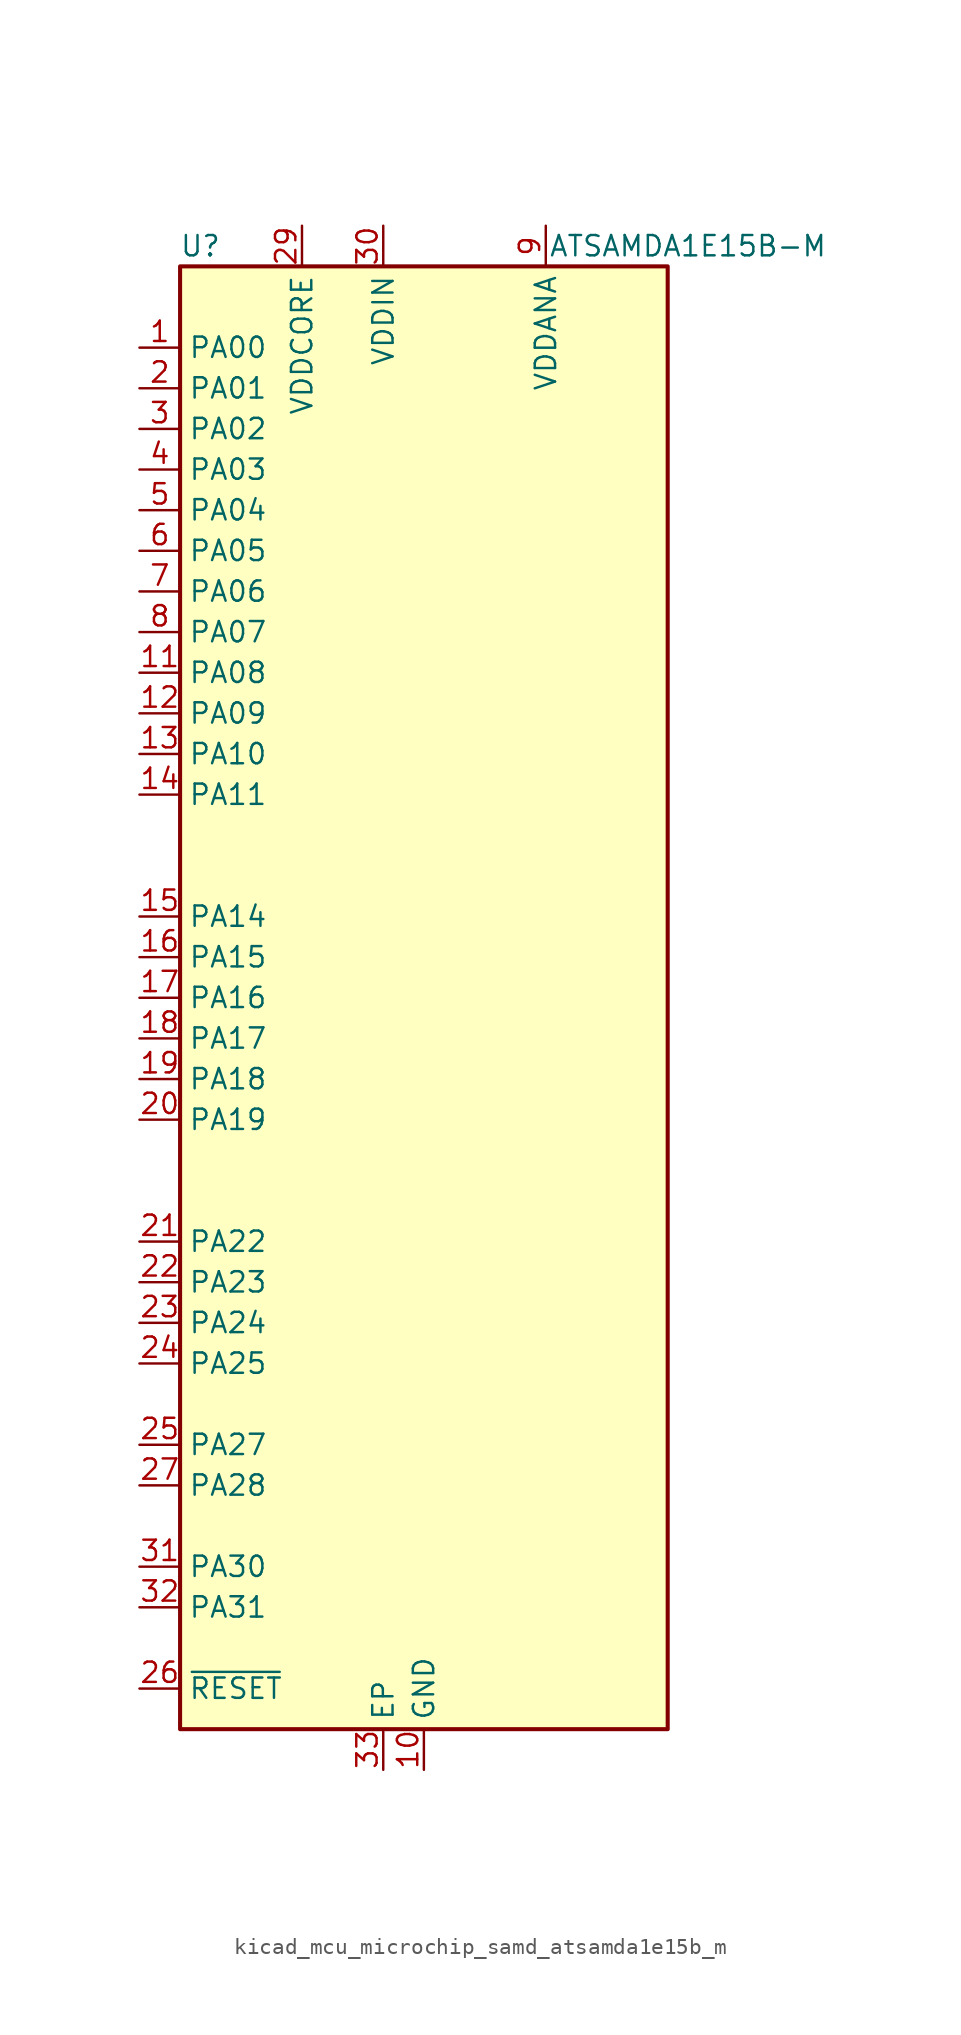
<source format=kicad_sym>
(kicad_symbol_lib
  (version 20220914)
  (generator kicad_symbol_editor)
  (symbol "kicad_mcu_microchip_samd_atsamda1e15b_m"
    (property "Reference" "U"
      (at -13.97 46.99 0)
      (effects (font (size 1.27 1.27))))
    (property "Value" "ATSAMDA1E15B-M"
      (at 16.51 46.99 0)
      (effects (font (size 1.27 1.27))))
    (symbol "kicad_mcu_microchip_samd_atsamda1e15b_m_1_1"
      (rectangle (start -15.24 45.72) (end 15.24 -45.72) (stroke (width 0.254) (type default)) (fill (type background)))
      (pin bidirectional line (at -17.78 40.64 0) (length 2.54) (name "PA00" (effects (font (size 1.27 1.27)))) (number "1" (effects (font (size 1.27 1.27)))))
      (pin power_in line (at 0 -48.26 90) (length 2.54) (name "GND" (effects (font (size 1.27 1.27)))) (number "10" (effects (font (size 1.27 1.27)))))
      (pin bidirectional line (at -17.78 20.32 0) (length 2.54) (name "PA08" (effects (font (size 1.27 1.27)))) (number "11" (effects (font (size 1.27 1.27)))))
      (pin bidirectional line (at -17.78 17.78 0) (length 2.54) (name "PA09" (effects (font (size 1.27 1.27)))) (number "12" (effects (font (size 1.27 1.27)))))
      (pin bidirectional line (at -17.78 15.24 0) (length 2.54) (name "PA10" (effects (font (size 1.27 1.27)))) (number "13" (effects (font (size 1.27 1.27)))))
      (pin bidirectional line (at -17.78 12.7 0) (length 2.54) (name "PA11" (effects (font (size 1.27 1.27)))) (number "14" (effects (font (size 1.27 1.27)))))
      (pin bidirectional line (at -17.78 5.08 0) (length 2.54) (name "PA14" (effects (font (size 1.27 1.27)))) (number "15" (effects (font (size 1.27 1.27)))))
      (pin bidirectional line (at -17.78 2.54 0) (length 2.54) (name "PA15" (effects (font (size 1.27 1.27)))) (number "16" (effects (font (size 1.27 1.27)))))
      (pin bidirectional line (at -17.78 0 0) (length 2.54) (name "PA16" (effects (font (size 1.27 1.27)))) (number "17" (effects (font (size 1.27 1.27)))))
      (pin bidirectional line (at -17.78 -2.54 0) (length 2.54) (name "PA17" (effects (font (size 1.27 1.27)))) (number "18" (effects (font (size 1.27 1.27)))))
      (pin bidirectional line (at -17.78 -5.08 0) (length 2.54) (name "PA18" (effects (font (size 1.27 1.27)))) (number "19" (effects (font (size 1.27 1.27)))))
      (pin bidirectional line (at -17.78 38.1 0) (length 2.54) (name "PA01" (effects (font (size 1.27 1.27)))) (number "2" (effects (font (size 1.27 1.27)))))
      (pin bidirectional line (at -17.78 -7.62 0) (length 2.54) (name "PA19" (effects (font (size 1.27 1.27)))) (number "20" (effects (font (size 1.27 1.27)))))
      (pin bidirectional line (at -17.78 -15.24 0) (length 2.54) (name "PA22" (effects (font (size 1.27 1.27)))) (number "21" (effects (font (size 1.27 1.27)))))
      (pin bidirectional line (at -17.78 -17.78 0) (length 2.54) (name "PA23" (effects (font (size 1.27 1.27)))) (number "22" (effects (font (size 1.27 1.27)))))
      (pin bidirectional line (at -17.78 -20.32 0) (length 2.54) (name "PA24" (effects (font (size 1.27 1.27)))) (number "23" (effects (font (size 1.27 1.27)))))
      (pin bidirectional line (at -17.78 -22.86 0) (length 2.54) (name "PA25" (effects (font (size 1.27 1.27)))) (number "24" (effects (font (size 1.27 1.27)))))
      (pin bidirectional line (at -17.78 -27.94 0) (length 2.54) (name "PA27" (effects (font (size 1.27 1.27)))) (number "25" (effects (font (size 1.27 1.27)))))
      (pin input line (at -17.78 -43.18 0) (length 2.54) (name "~{RESET}" (effects (font (size 1.27 1.27)))) (number "26" (effects (font (size 1.27 1.27)))))
      (pin bidirectional line (at -17.78 -30.48 0) (length 2.54) (name "PA28" (effects (font (size 1.27 1.27)))) (number "27" (effects (font (size 1.27 1.27)))))
      (pin passive line (at 0 -48.26 90) (length 2.54) hide (name "GND" (effects (font (size 1.27 1.27)))) (number "28" (effects (font (size 1.27 1.27)))))
      (pin power_out line (at -7.62 48.26 270) (length 2.54) (name "VDDCORE" (effects (font (size 1.27 1.27)))) (number "29" (effects (font (size 1.27 1.27)))))
      (pin bidirectional line (at -17.78 35.56 0) (length 2.54) (name "PA02" (effects (font (size 1.27 1.27)))) (number "3" (effects (font (size 1.27 1.27)))))
      (pin power_in line (at -2.54 48.26 270) (length 2.54) (name "VDDIN" (effects (font (size 1.27 1.27)))) (number "30" (effects (font (size 1.27 1.27)))))
      (pin bidirectional line (at -17.78 -35.56 0) (length 2.54) (name "PA30" (effects (font (size 1.27 1.27)))) (number "31" (effects (font (size 1.27 1.27)))))
      (pin bidirectional line (at -17.78 -38.1 0) (length 2.54) (name "PA31" (effects (font (size 1.27 1.27)))) (number "32" (effects (font (size 1.27 1.27)))))
      (pin passive line (at -2.54 -48.26 90) (length 2.54) (name "EP" (effects (font (size 1.27 1.27)))) (number "33" (effects (font (size 1.27 1.27)))))
      (pin bidirectional line (at -17.78 33.02 0) (length 2.54) (name "PA03" (effects (font (size 1.27 1.27)))) (number "4" (effects (font (size 1.27 1.27)))))
      (pin bidirectional line (at -17.78 30.48 0) (length 2.54) (name "PA04" (effects (font (size 1.27 1.27)))) (number "5" (effects (font (size 1.27 1.27)))))
      (pin bidirectional line (at -17.78 27.94 0) (length 2.54) (name "PA05" (effects (font (size 1.27 1.27)))) (number "6" (effects (font (size 1.27 1.27)))))
      (pin bidirectional line (at -17.78 25.4 0) (length 2.54) (name "PA06" (effects (font (size 1.27 1.27)))) (number "7" (effects (font (size 1.27 1.27)))))
      (pin bidirectional line (at -17.78 22.86 0) (length 2.54) (name "PA07" (effects (font (size 1.27 1.27)))) (number "8" (effects (font (size 1.27 1.27)))))
      (pin power_in line (at 7.62 48.26 270) (length 2.54) (name "VDDANA" (effects (font (size 1.27 1.27)))) (number "9" (effects (font (size 1.27 1.27))))))))
</source>
